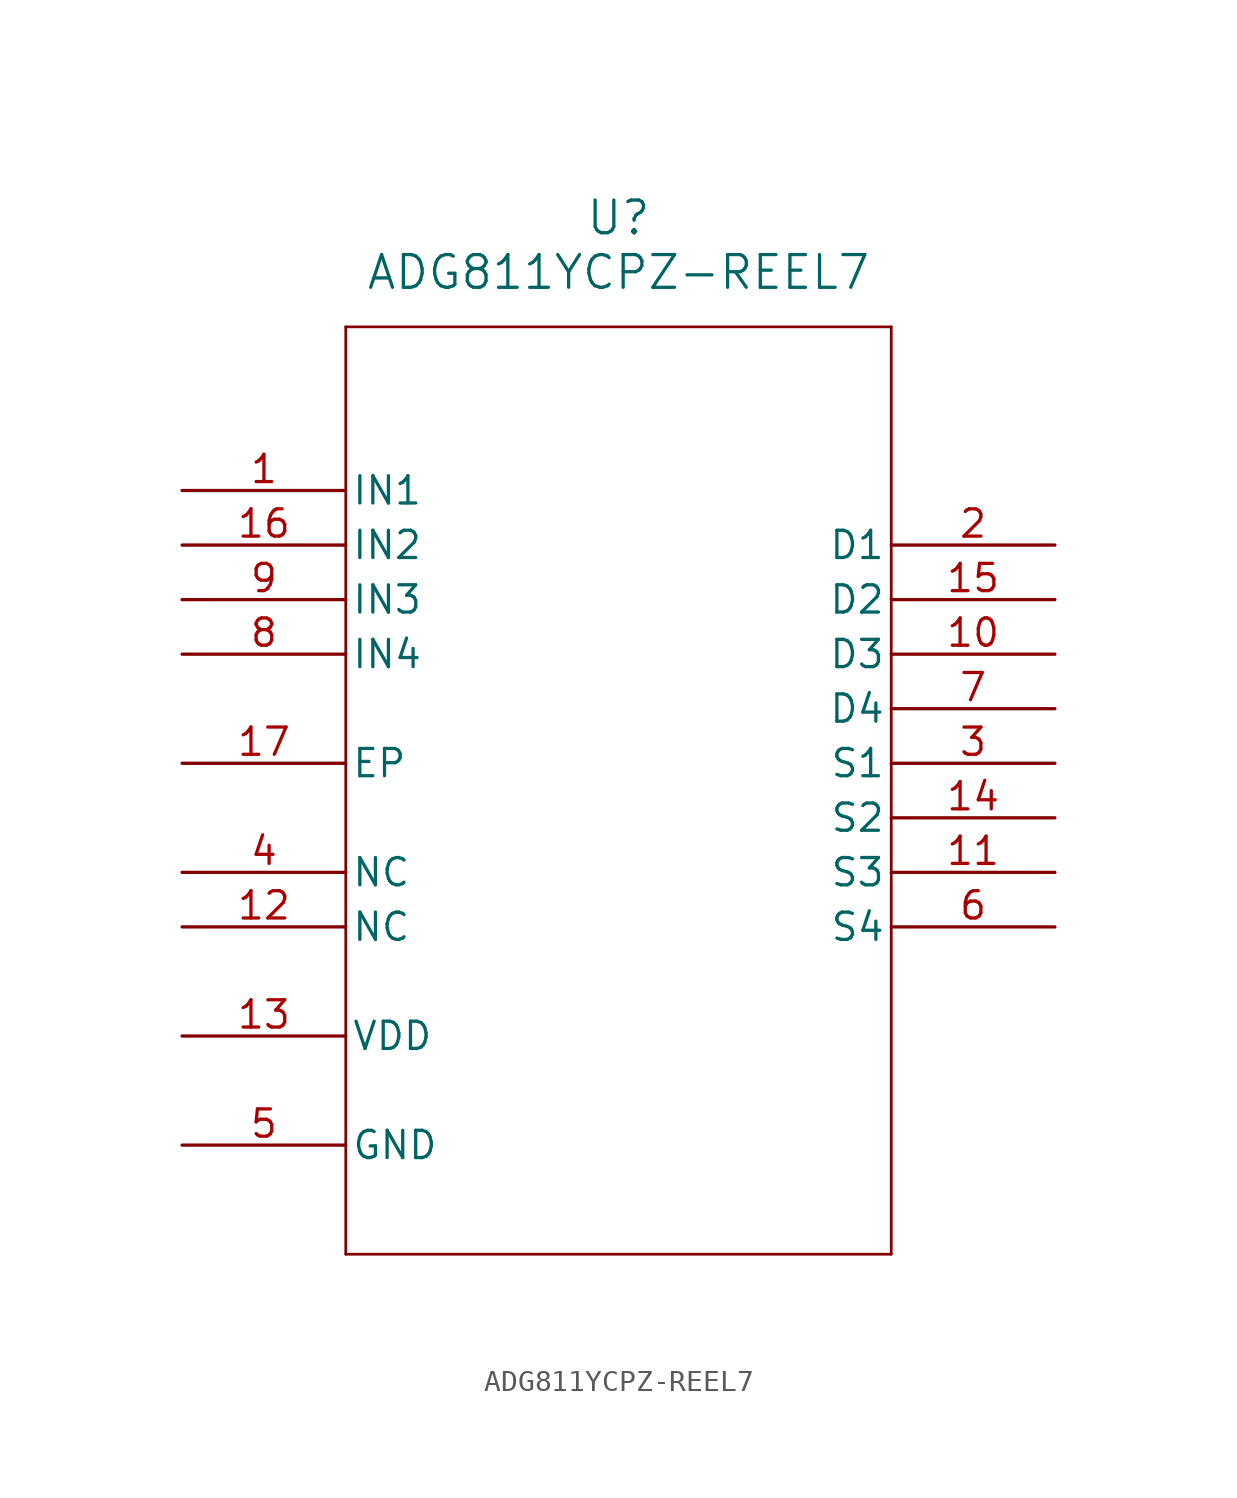
<source format=kicad_sym>
(kicad_symbol_lib
  (version 20211014)
  (generator kicad_symbol_editor)
  (symbol "ADG811YCPZ-REEL7"
    (pin_names
      (offset 0.254))
    (property "Reference" "U"
      (at 20.32 12.7 0)
      (effects (font (size 1.524 1.524))))
    (property "Value" "ADG811YCPZ-REEL7"
      (at 20.32 10.16 0)
      (effects (font (size 1.524 1.524))))
    (symbol "ADG811YCPZ-REEL7_0_1"
      (polyline (pts (xy 7.62 7.62) (xy 7.62 -35.56)) (stroke (width 0.127) (type default) (color 0 0 0 0)) (fill (type none)))
      (polyline (pts (xy 7.62 -35.56) (xy 33.02 -35.56)) (stroke (width 0.127) (type default) (color 0 0 0 0)) (fill (type none)))
      (polyline (pts (xy 33.02 -35.56) (xy 33.02 7.62)) (stroke (width 0.127) (type default) (color 0 0 0 0)) (fill (type none)))
      (polyline (pts (xy 33.02 7.62) (xy 7.62 7.62)) (stroke (width 0.127) (type default) (color 0 0 0 0)) (fill (type none)))
      (pin unspecified line (at 0 0 0) (length 7.62) (name "IN1" (effects (font (size 1.27 1.27)))) (number "1" (effects (font (size 1.27 1.27)))))
      (pin unspecified line (at 40.64 -2.54 180) (length 7.62) (name "D1" (effects (font (size 1.27 1.27)))) (number "2" (effects (font (size 1.27 1.27)))))
      (pin unspecified line (at 40.64 -12.7 180) (length 7.62) (name "S1" (effects (font (size 1.27 1.27)))) (number "3" (effects (font (size 1.27 1.27)))))
      (pin unspecified line (at 0 -17.78 0) (length 7.62) (name "NC" (effects (font (size 1.27 1.27)))) (number "4" (effects (font (size 1.27 1.27)))))
      (pin unspecified line (at 0 -30.48 0) (length 7.62) (name "GND" (effects (font (size 1.27 1.27)))) (number "5" (effects (font (size 1.27 1.27)))))
      (pin unspecified line (at 40.64 -20.32 180) (length 7.62) (name "S4" (effects (font (size 1.27 1.27)))) (number "6" (effects (font (size 1.27 1.27)))))
      (pin unspecified line (at 40.64 -10.16 180) (length 7.62) (name "D4" (effects (font (size 1.27 1.27)))) (number "7" (effects (font (size 1.27 1.27)))))
      (pin unspecified line (at 0 -7.62 0) (length 7.62) (name "IN4" (effects (font (size 1.27 1.27)))) (number "8" (effects (font (size 1.27 1.27)))))
      (pin unspecified line (at 0 -5.08 0) (length 7.62) (name "IN3" (effects (font (size 1.27 1.27)))) (number "9" (effects (font (size 1.27 1.27)))))
      (pin unspecified line (at 40.64 -7.62 180) (length 7.62) (name "D3" (effects (font (size 1.27 1.27)))) (number "10" (effects (font (size 1.27 1.27)))))
      (pin unspecified line (at 40.64 -17.78 180) (length 7.62) (name "S3" (effects (font (size 1.27 1.27)))) (number "11" (effects (font (size 1.27 1.27)))))
      (pin unspecified line (at 0 -20.32 0) (length 7.62) (name "NC" (effects (font (size 1.27 1.27)))) (number "12" (effects (font (size 1.27 1.27)))))
      (pin power_in line (at 0 -25.4 0) (length 7.62) (name "VDD" (effects (font (size 1.27 1.27)))) (number "13" (effects (font (size 1.27 1.27)))))
      (pin unspecified line (at 40.64 -15.24 180) (length 7.62) (name "S2" (effects (font (size 1.27 1.27)))) (number "14" (effects (font (size 1.27 1.27)))))
      (pin unspecified line (at 40.64 -5.08 180) (length 7.62) (name "D2" (effects (font (size 1.27 1.27)))) (number "15" (effects (font (size 1.27 1.27)))))
      (pin unspecified line (at 0 -2.54 0) (length 7.62) (name "IN2" (effects (font (size 1.27 1.27)))) (number "16" (effects (font (size 1.27 1.27)))))
      (pin unspecified line (at 0 -12.7 0) (length 7.62) (name "EP" (effects (font (size 1.27 1.27)))) (number "17" (effects (font (size 1.27 1.27))))))))
</source>
